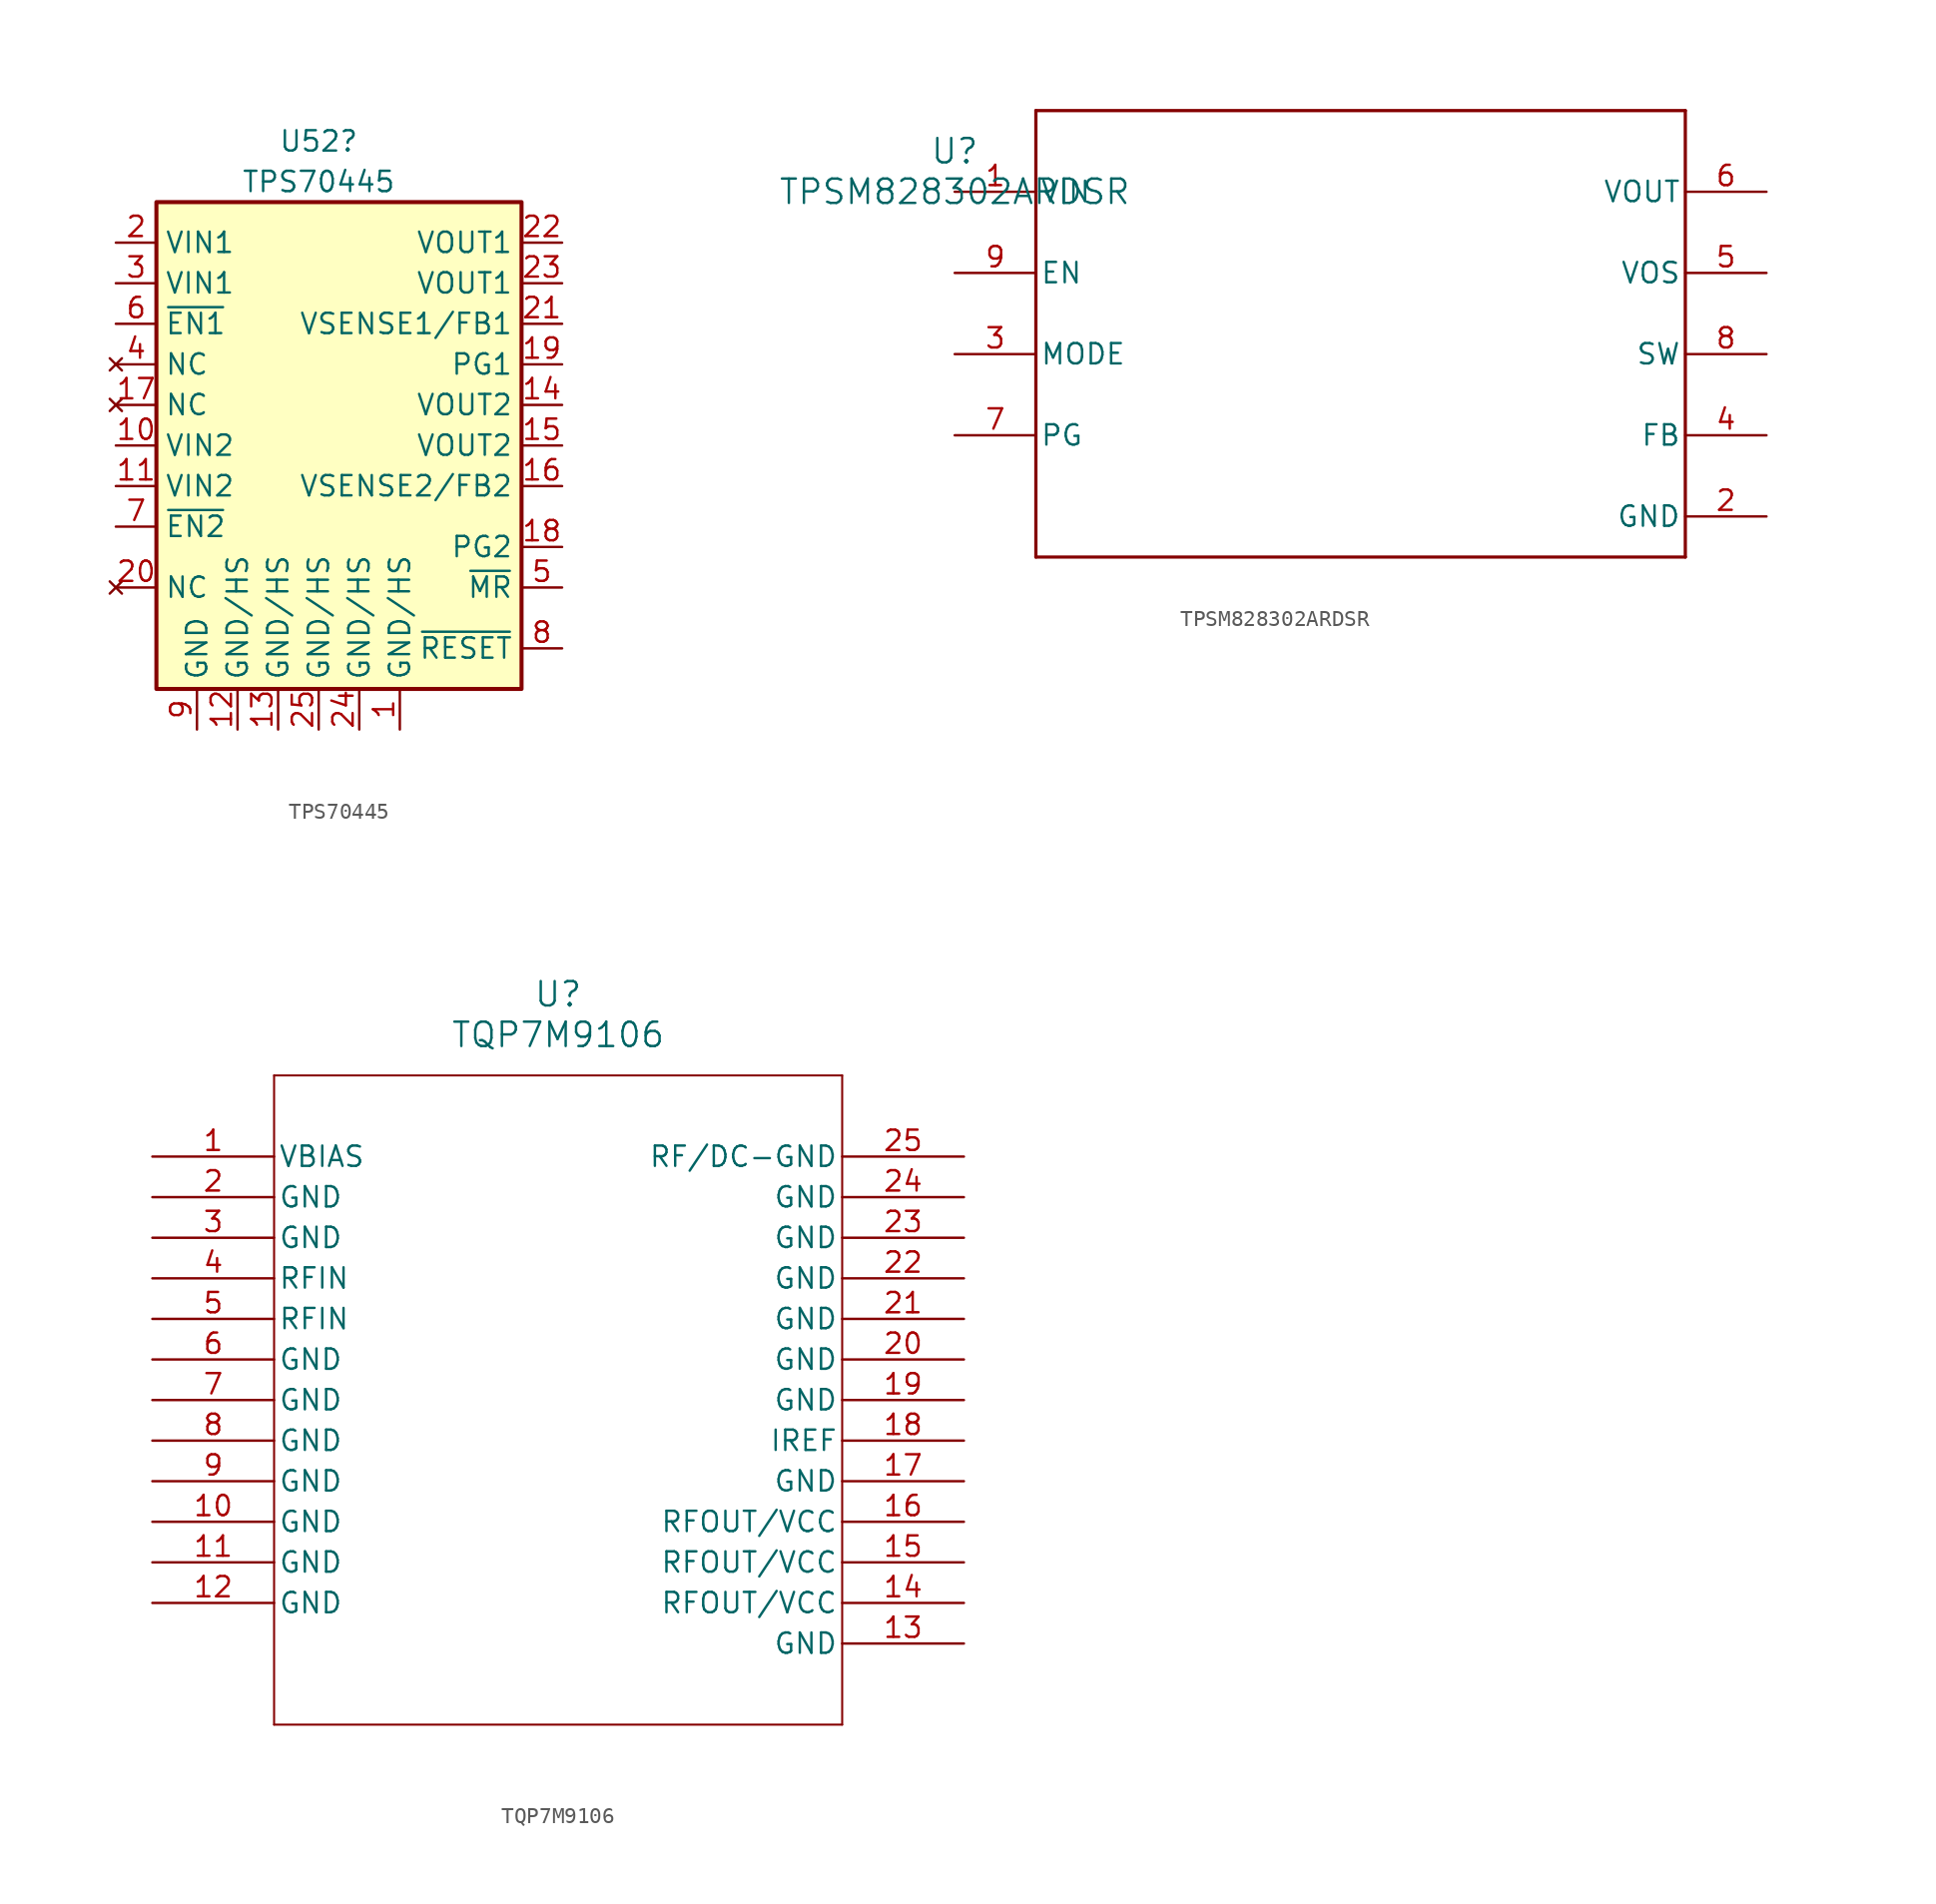
<source format=kicad_sym>
(kicad_symbol_lib
  (version 20241209)
  (generator "kicad_symbol_editor")
  (generator_version "9.0")
  (symbol "TPS70445"
    (property "Reference" "U52"
      (at 0 19.05 0)
      (effects (font (size 1.27 1.27))))
    (property "Value" "TPS70445"
      (at 0 16.51 0)
      (effects (font (size 1.27 1.27))))
    (symbol "TPS70445_0_1"
      (rectangle (start -10.16 15.24) (end 12.7 -15.24) (stroke (width 0.254) (type default)) (fill (type background))))
    (symbol "TPS70445_1_1"
      (pin power_in line (at -12.7 12.7 0) (length 2.54) (name "VIN1" (effects (font (size 1.27 1.27)))) (number "2" (effects (font (size 1.27 1.27)))))
      (pin passive line (at -12.7 10.16 0) (length 2.54) (name "VIN1" (effects (font (size 1.27 1.27)))) (number "3" (effects (font (size 1.27 1.27)))))
      (pin input line (at -12.7 7.62 0) (length 2.54) (name "~{EN1}" (effects (font (size 1.27 1.27)))) (number "6" (effects (font (size 1.27 1.27)))))
      (pin no_connect line (at -12.7 5.08 0) (length 2.54) (name "NC" (effects (font (size 1.27 1.27)))) (number "4" (effects (font (size 1.27 1.27)))))
      (pin no_connect line (at -12.7 2.54 0) (length 2.54) (name "NC" (effects (font (size 1.27 1.27)))) (number "17" (effects (font (size 1.27 1.27)))))
      (pin power_in line (at -12.7 0 0) (length 2.54) (name "VIN2" (effects (font (size 1.27 1.27)))) (number "10" (effects (font (size 1.27 1.27)))))
      (pin power_in line (at -12.7 -2.54 0) (length 2.54) (name "VIN2" (effects (font (size 1.27 1.27)))) (number "11" (effects (font (size 1.27 1.27)))))
      (pin input line (at -12.7 -5.08 0) (length 2.54) (name "~{EN2}" (effects (font (size 1.27 1.27)))) (number "7" (effects (font (size 1.27 1.27)))))
      (pin no_connect line (at -12.7 -8.89 0) (length 2.54) (name "NC" (effects (font (size 1.27 1.27)))) (number "20" (effects (font (size 1.27 1.27)))))
      (pin power_in line (at -7.62 -17.78 90) (length 2.54) (name "GND" (effects (font (size 1.27 1.27)))) (number "9" (effects (font (size 1.27 1.27)))))
      (pin passive line (at -5.08 -17.78 90) (length 2.54) (name "GND/HS" (effects (font (size 1.27 1.27)))) (number "12" (effects (font (size 1.27 1.27)))))
      (pin passive line (at -2.54 -17.78 90) (length 2.54) (name "GND/HS" (effects (font (size 1.27 1.27)))) (number "13" (effects (font (size 1.27 1.27)))))
      (pin power_in line (at 0 -17.78 90) (length 2.54) (name "GND/HS" (effects (font (size 1.27 1.27)))) (number "25" (effects (font (size 1.27 1.27)))))
      (pin passive line (at 2.54 -17.78 90) (length 2.54) (name "GND/HS" (effects (font (size 1.27 1.27)))) (number "24" (effects (font (size 1.27 1.27)))))
      (pin passive line (at 5.08 -17.78 90) (length 2.54) (name "GND/HS" (effects (font (size 1.27 1.27)))) (number "1" (effects (font (size 1.27 1.27)))))
      (pin power_out line (at 15.24 12.7 180) (length 2.54) (name "VOUT1" (effects (font (size 1.27 1.27)))) (number "22" (effects (font (size 1.27 1.27)))))
      (pin passive line (at 15.24 10.16 180) (length 2.54) (name "VOUT1" (effects (font (size 1.27 1.27)))) (number "23" (effects (font (size 1.27 1.27)))))
      (pin input line (at 15.24 7.62 180) (length 2.54) (name "VSENSE1/FB1" (effects (font (size 1.27 1.27)))) (number "21" (effects (font (size 1.27 1.27)))))
      (pin open_collector line (at 15.24 5.08 180) (length 2.54) (name "PG1" (effects (font (size 1.27 1.27)))) (number "19" (effects (font (size 1.27 1.27)))))
      (pin power_out line (at 15.24 2.54 180) (length 2.54) (name "VOUT2" (effects (font (size 1.27 1.27)))) (number "14" (effects (font (size 1.27 1.27)))))
      (pin passive line (at 15.24 0 180) (length 2.54) (name "VOUT2" (effects (font (size 1.27 1.27)))) (number "15" (effects (font (size 1.27 1.27)))))
      (pin input line (at 15.24 -2.54 180) (length 2.54) (name "VSENSE2/FB2" (effects (font (size 1.27 1.27)))) (number "16" (effects (font (size 1.27 1.27)))))
      (pin open_collector line (at 15.24 -6.35 180) (length 2.54) (name "PG2" (effects (font (size 1.27 1.27)))) (number "18" (effects (font (size 1.27 1.27)))))
      (pin input line (at 15.24 -8.89 180) (length 2.54) (name "~{MR}" (effects (font (size 1.27 1.27)))) (number "5" (effects (font (size 1.27 1.27)))))
      (pin open_collector line (at 15.24 -12.7 180) (length 2.54) (name "~{RESET}" (effects (font (size 1.27 1.27)))) (number "8" (effects (font (size 1.27 1.27)))))))
  (symbol "TPSM828302ARDSR"
    (pin_names
      (offset 0.254))
    (property "Reference" "U"
      (at 0 2.54 0)
      (effects (font (size 1.524 1.524))))
    (property "Value" "TPSM828302ARDSR"
      (at 0 0 0)
      (effects (font (size 1.524 1.524))))
    (symbol "TPSM828302ARDSR_0_1"
      (polyline (pts (xy 5.08 5.08) (xy 5.08 -22.86)) (stroke (width 0.203) (type default)) (fill (type none)))
      (polyline (pts (xy 5.08 -22.86) (xy 45.72 -22.86)) (stroke (width 0.203) (type default)) (fill (type none)))
      (polyline (pts (xy 45.72 5.08) (xy 5.08 5.08)) (stroke (width 0.203) (type default)) (fill (type none)))
      (polyline (pts (xy 45.72 -22.86) (xy 45.72 5.08)) (stroke (width 0.203) (type default)) (fill (type none)))
      (pin power_in line (at 0 0 0) (length 5.08) (name "VIN" (effects (font (size 1.27 1.27)))) (number "1" (effects (font (size 1.27 1.27)))))
      (pin input line (at 0 -5.08 0) (length 5.08) (name "EN" (effects (font (size 1.27 1.27)))) (number "9" (effects (font (size 1.27 1.27)))))
      (pin unspecified line (at 0 -10.16 0) (length 5.08) (name "MODE" (effects (font (size 1.27 1.27)))) (number "3" (effects (font (size 1.27 1.27)))))
      (pin open_collector line (at 0 -15.24 0) (length 5.08) (name "PG" (effects (font (size 1.27 1.27)))) (number "7" (effects (font (size 1.27 1.27)))))
      (pin power_in line (at 50.8 0 180) (length 5.08) (name "VOUT" (effects (font (size 1.27 1.27)))) (number "6" (effects (font (size 1.27 1.27)))))
      (pin unspecified line (at 50.8 -5.08 180) (length 5.08) (name "VOS" (effects (font (size 1.27 1.27)))) (number "5" (effects (font (size 1.27 1.27)))))
      (pin unspecified line (at 50.8 -10.16 180) (length 5.08) (name "SW" (effects (font (size 1.27 1.27)))) (number "8" (effects (font (size 1.27 1.27)))))
      (pin unspecified line (at 50.8 -15.24 180) (length 5.08) (name "FB" (effects (font (size 1.27 1.27)))) (number "4" (effects (font (size 1.27 1.27)))))
      (pin power_in line (at 50.8 -20.32 180) (length 5.08) (name "GND" (effects (font (size 1.27 1.27)))) (number "2" (effects (font (size 1.27 1.27)))))))
  (symbol "TQP7M9106"
    (pin_names
      (offset 0.254))
    (property "Reference" "U"
      (at 25.4 10.16 0)
      (effects (font (size 1.524 1.524))))
    (property "Value" "TQP7M9106"
      (at 25.4 7.62 0)
      (effects (font (size 1.524 1.524))))
    (symbol "TQP7M9106_0_1"
      (polyline (pts (xy 7.62 5.08) (xy 7.62 -35.56)) (stroke (width 0.127) (type default)) (fill (type none)))
      (polyline (pts (xy 7.62 -35.56) (xy 43.18 -35.56)) (stroke (width 0.127) (type default)) (fill (type none)))
      (polyline (pts (xy 43.18 5.08) (xy 7.62 5.08)) (stroke (width 0.127) (type default)) (fill (type none)))
      (polyline (pts (xy 43.18 -35.56) (xy 43.18 5.08)) (stroke (width 0.127) (type default)) (fill (type none)))
      (pin input line (at 0 0 0) (length 7.62) (name "VBIAS" (effects (font (size 1.27 1.27)))) (number "1" (effects (font (size 1.27 1.27)))))
      (pin power_in line (at 0 -2.54 0) (length 7.62) (name "GND" (effects (font (size 1.27 1.27)))) (number "2" (effects (font (size 1.27 1.27)))))
      (pin power_in line (at 0 -5.08 0) (length 7.62) (name "GND" (effects (font (size 1.27 1.27)))) (number "3" (effects (font (size 1.27 1.27)))))
      (pin input line (at 0 -7.62 0) (length 7.62) (name "RFIN" (effects (font (size 1.27 1.27)))) (number "4" (effects (font (size 1.27 1.27)))))
      (pin input line (at 0 -10.16 0) (length 7.62) (name "RFIN" (effects (font (size 1.27 1.27)))) (number "5" (effects (font (size 1.27 1.27)))))
      (pin power_in line (at 0 -12.7 0) (length 7.62) (name "GND" (effects (font (size 1.27 1.27)))) (number "6" (effects (font (size 1.27 1.27)))))
      (pin power_in line (at 0 -15.24 0) (length 7.62) (name "GND" (effects (font (size 1.27 1.27)))) (number "7" (effects (font (size 1.27 1.27)))))
      (pin power_in line (at 0 -17.78 0) (length 7.62) (name "GND" (effects (font (size 1.27 1.27)))) (number "8" (effects (font (size 1.27 1.27)))))
      (pin power_in line (at 0 -20.32 0) (length 7.62) (name "GND" (effects (font (size 1.27 1.27)))) (number "9" (effects (font (size 1.27 1.27)))))
      (pin power_in line (at 0 -22.86 0) (length 7.62) (name "GND" (effects (font (size 1.27 1.27)))) (number "10" (effects (font (size 1.27 1.27)))))
      (pin power_in line (at 0 -25.4 0) (length 7.62) (name "GND" (effects (font (size 1.27 1.27)))) (number "11" (effects (font (size 1.27 1.27)))))
      (pin power_in line (at 0 -27.94 0) (length 7.62) (name "GND" (effects (font (size 1.27 1.27)))) (number "12" (effects (font (size 1.27 1.27)))))
      (pin power_in line (at 50.8 0 180) (length 7.62) (name "RF/DC-GND" (effects (font (size 1.27 1.27)))) (number "25" (effects (font (size 1.27 1.27)))))
      (pin power_in line (at 50.8 -2.54 180) (length 7.62) (name "GND" (effects (font (size 1.27 1.27)))) (number "24" (effects (font (size 1.27 1.27)))))
      (pin power_in line (at 50.8 -5.08 180) (length 7.62) (name "GND" (effects (font (size 1.27 1.27)))) (number "23" (effects (font (size 1.27 1.27)))))
      (pin power_in line (at 50.8 -7.62 180) (length 7.62) (name "GND" (effects (font (size 1.27 1.27)))) (number "22" (effects (font (size 1.27 1.27)))))
      (pin power_in line (at 50.8 -10.16 180) (length 7.62) (name "GND" (effects (font (size 1.27 1.27)))) (number "21" (effects (font (size 1.27 1.27)))))
      (pin power_in line (at 50.8 -12.7 180) (length 7.62) (name "GND" (effects (font (size 1.27 1.27)))) (number "20" (effects (font (size 1.27 1.27)))))
      (pin power_in line (at 50.8 -15.24 180) (length 7.62) (name "GND" (effects (font (size 1.27 1.27)))) (number "19" (effects (font (size 1.27 1.27)))))
      (pin input line (at 50.8 -17.78 180) (length 7.62) (name "IREF" (effects (font (size 1.27 1.27)))) (number "18" (effects (font (size 1.27 1.27)))))
      (pin power_out line (at 50.8 -20.32 180) (length 7.62) (name "GND" (effects (font (size 1.27 1.27)))) (number "17" (effects (font (size 1.27 1.27)))))
      (pin output line (at 50.8 -22.86 180) (length 7.62) (name "RFOUT/VCC" (effects (font (size 1.27 1.27)))) (number "16" (effects (font (size 1.27 1.27)))))
      (pin output line (at 50.8 -25.4 180) (length 7.62) (name "RFOUT/VCC" (effects (font (size 1.27 1.27)))) (number "15" (effects (font (size 1.27 1.27)))))
      (pin output line (at 50.8 -27.94 180) (length 7.62) (name "RFOUT/VCC" (effects (font (size 1.27 1.27)))) (number "14" (effects (font (size 1.27 1.27)))))
      (pin power_in line (at 50.8 -30.48 180) (length 7.62) (name "GND" (effects (font (size 1.27 1.27)))) (number "13" (effects (font (size 1.27 1.27))))))))
</source>
